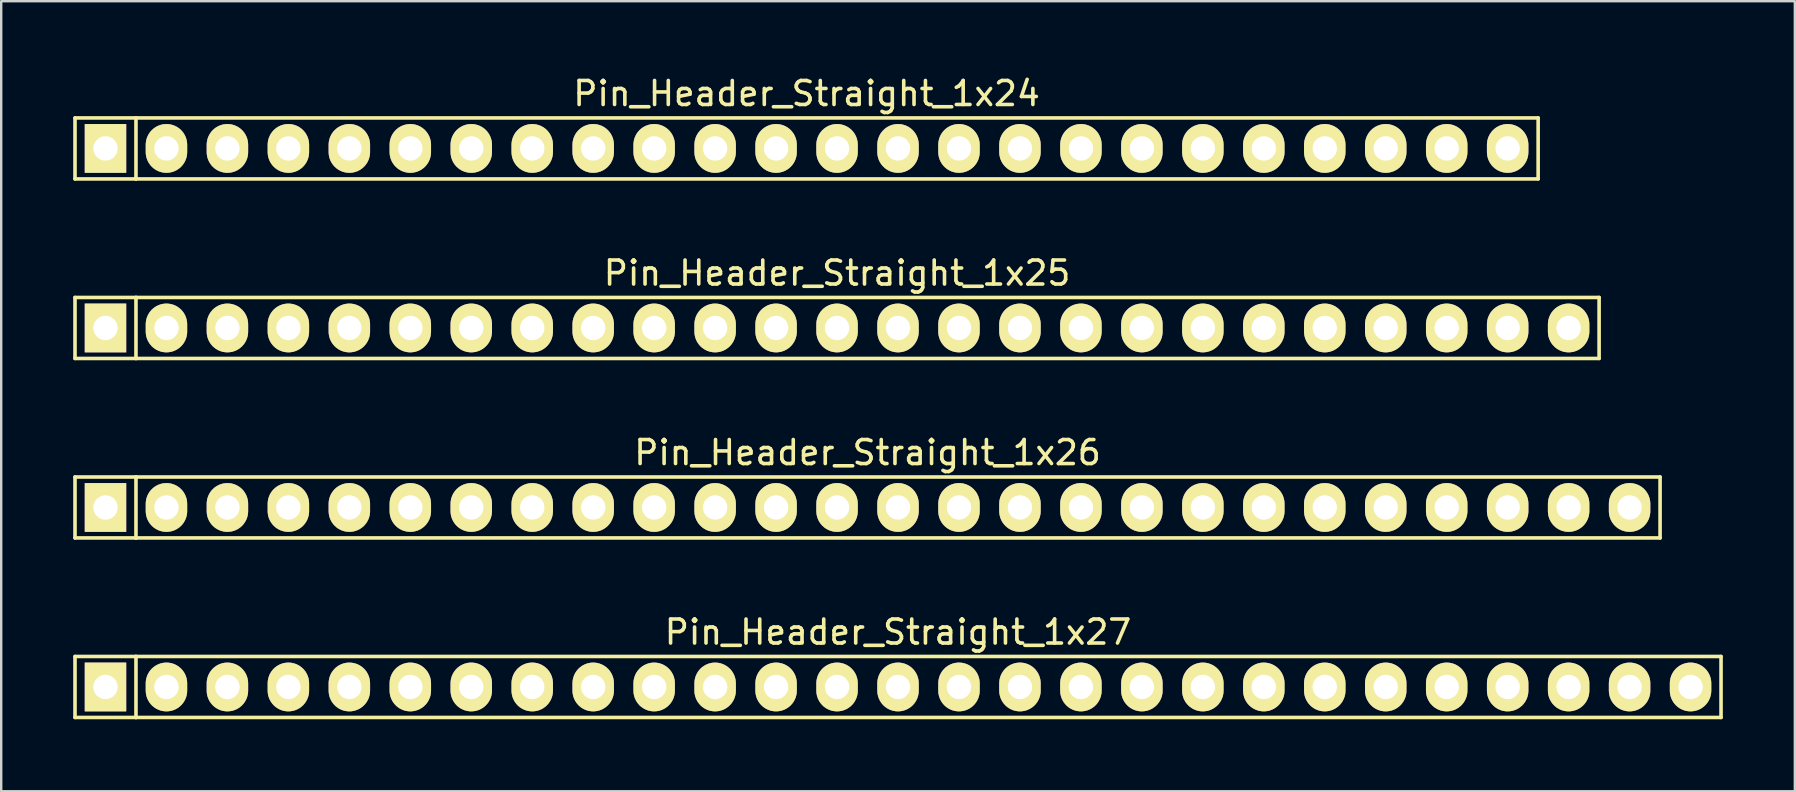
<source format=kicad_pcb>
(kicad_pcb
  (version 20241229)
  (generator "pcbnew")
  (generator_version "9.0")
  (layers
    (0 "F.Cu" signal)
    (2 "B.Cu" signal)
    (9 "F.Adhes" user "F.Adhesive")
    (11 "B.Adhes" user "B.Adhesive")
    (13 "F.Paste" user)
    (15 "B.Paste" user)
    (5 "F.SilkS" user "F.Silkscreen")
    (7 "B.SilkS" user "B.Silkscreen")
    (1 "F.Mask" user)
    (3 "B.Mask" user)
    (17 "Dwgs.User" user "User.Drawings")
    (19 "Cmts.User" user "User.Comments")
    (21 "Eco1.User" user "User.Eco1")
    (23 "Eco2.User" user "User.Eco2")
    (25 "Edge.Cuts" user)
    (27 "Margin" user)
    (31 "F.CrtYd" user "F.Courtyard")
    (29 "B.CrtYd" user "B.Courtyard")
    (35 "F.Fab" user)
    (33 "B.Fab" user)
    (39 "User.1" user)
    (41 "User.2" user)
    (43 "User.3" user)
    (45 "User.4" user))
  (footprint "Pin_Header_Straight_1x26"
    (layer "F.Cu")
    (at 33.095 18.093)
    (property "Reference" "Pin_Header_Straight_1x26" (at 0 -2.286 0) (layer "F.SilkS") (effects (font (size 1 1) (thickness 0.15))))
    (attr through_hole)
    (fp_line (start -33.02 -1.27) (end -33.02 1.27) (stroke (width 0.15) (type solid)) (layer "F.SilkS"))
    (fp_line (start -33.02 -1.27) (end -30.48 -1.27) (stroke (width 0.15) (type solid)) (layer "F.SilkS"))
    (fp_line (start -33.02 1.27) (end -30.48 1.27) (stroke (width 0.15) (type solid)) (layer "F.SilkS"))
    (fp_line (start -30.48 -1.27) (end -30.48 1.27) (stroke (width 0.15) (type solid)) (layer "F.SilkS"))
    (fp_line (start -30.48 1.27) (end 33.02 1.27) (stroke (width 0.15) (type solid)) (layer "F.SilkS"))
    (fp_line (start 33.02 -1.27) (end -30.48 -1.27) (stroke (width 0.15) (type solid)) (layer "F.SilkS"))
    (fp_line (start 33.02 1.27) (end 33.02 -1.27) (stroke (width 0.15) (type solid)) (layer "F.SilkS"))
    (pad "1" thru_hole rect (at -31.75 0) (size 1.727 2.032) (drill 1.016) (layers "*.Cu" "*.Mask" "F.SilkS"))
    (pad "2" thru_hole oval (at -29.21 0) (size 1.727 2.032) (drill 1.016) (layers "*.Cu" "*.Mask" "F.SilkS"))
    (pad "3" thru_hole oval (at -26.67 0) (size 1.727 2.032) (drill 1.016) (layers "*.Cu" "*.Mask" "F.SilkS"))
    (pad "4" thru_hole oval (at -24.13 0) (size 1.727 2.032) (drill 1.016) (layers "*.Cu" "*.Mask" "F.SilkS"))
    (pad "5" thru_hole oval (at -21.59 0) (size 1.727 2.032) (drill 1.016) (layers "*.Cu" "*.Mask" "F.SilkS"))
    (pad "6" thru_hole oval (at -19.05 0) (size 1.727 2.032) (drill 1.016) (layers "*.Cu" "*.Mask" "F.SilkS"))
    (pad "7" thru_hole oval (at -16.51 0) (size 1.727 2.032) (drill 1.016) (layers "*.Cu" "*.Mask" "F.SilkS"))
    (pad "8" thru_hole oval (at -13.97 0) (size 1.727 2.032) (drill 1.016) (layers "*.Cu" "*.Mask" "F.SilkS"))
    (pad "9" thru_hole oval (at -11.43 0) (size 1.727 2.032) (drill 1.016) (layers "*.Cu" "*.Mask" "F.SilkS"))
    (pad "10" thru_hole oval (at -8.89 0) (size 1.727 2.032) (drill 1.016) (layers "*.Cu" "*.Mask" "F.SilkS"))
    (pad "11" thru_hole oval (at -6.35 0) (size 1.727 2.032) (drill 1.016) (layers "*.Cu" "*.Mask" "F.SilkS"))
    (pad "12" thru_hole oval (at -3.81 0) (size 1.727 2.032) (drill 1.016) (layers "*.Cu" "*.Mask" "F.SilkS"))
    (pad "13" thru_hole oval (at -1.27 0) (size 1.727 2.032) (drill 1.016) (layers "*.Cu" "*.Mask" "F.SilkS"))
    (pad "14" thru_hole oval (at 1.27 0) (size 1.727 2.032) (drill 1.016) (layers "*.Cu" "*.Mask" "F.SilkS"))
    (pad "15" thru_hole oval (at 3.81 0) (size 1.727 2.032) (drill 1.016) (layers "*.Cu" "*.Mask" "F.SilkS"))
    (pad "16" thru_hole oval (at 6.35 0) (size 1.727 2.032) (drill 1.016) (layers "*.Cu" "*.Mask" "F.SilkS"))
    (pad "17" thru_hole oval (at 8.89 0) (size 1.727 2.032) (drill 1.016) (layers "*.Cu" "*.Mask" "F.SilkS"))
    (pad "18" thru_hole oval (at 11.43 0) (size 1.727 2.032) (drill 1.016) (layers "*.Cu" "*.Mask" "F.SilkS"))
    (pad "19" thru_hole oval (at 13.97 0) (size 1.727 2.032) (drill 1.016) (layers "*.Cu" "*.Mask" "F.SilkS"))
    (pad "20" thru_hole oval (at 16.51 0) (size 1.727 2.032) (drill 1.016) (layers "*.Cu" "*.Mask" "F.SilkS"))
    (pad "21" thru_hole oval (at 19.05 0) (size 1.727 2.032) (drill 1.016) (layers "*.Cu" "*.Mask" "F.SilkS"))
    (pad "22" thru_hole oval (at 21.59 0) (size 1.727 2.032) (drill 1.016) (layers "*.Cu" "*.Mask" "F.SilkS"))
    (pad "23" thru_hole oval (at 24.13 0) (size 1.727 2.032) (drill 1.016) (layers "*.Cu" "*.Mask" "F.SilkS"))
    (pad "24" thru_hole oval (at 26.67 0) (size 1.727 2.032) (drill 1.016) (layers "*.Cu" "*.Mask" "F.SilkS"))
    (pad "25" thru_hole oval (at 29.21 0) (size 1.727 2.032) (drill 1.016) (layers "*.Cu" "*.Mask" "F.SilkS"))
    (pad "26" thru_hole oval (at 31.75 0) (size 1.727 2.032) (drill 1.016) (layers "*.Cu" "*.Mask" "F.SilkS")))
  (footprint "Pin_Header_Straight_1x25"
    (layer "F.Cu")
    (at 31.825 10.614)
    (property "Reference" "Pin_Header_Straight_1x25" (at 0 -2.286 0) (layer "F.SilkS") (effects (font (size 1 1) (thickness 0.15))))
    (attr through_hole)
    (fp_line (start -31.75 -1.27) (end -31.75 1.27) (stroke (width 0.15) (type solid)) (layer "F.SilkS"))
    (fp_line (start -31.75 -1.27) (end -29.21 -1.27) (stroke (width 0.15) (type solid)) (layer "F.SilkS"))
    (fp_line (start -31.75 1.27) (end -29.21 1.27) (stroke (width 0.15) (type solid)) (layer "F.SilkS"))
    (fp_line (start -29.21 -1.27) (end -29.21 1.27) (stroke (width 0.15) (type solid)) (layer "F.SilkS"))
    (fp_line (start -29.21 1.27) (end 31.75 1.27) (stroke (width 0.15) (type solid)) (layer "F.SilkS"))
    (fp_line (start 31.75 -1.27) (end -29.21 -1.27) (stroke (width 0.15) (type solid)) (layer "F.SilkS"))
    (fp_line (start 31.75 1.27) (end 31.75 -1.27) (stroke (width 0.15) (type solid)) (layer "F.SilkS"))
    (pad "1" thru_hole rect (at -30.48 0) (size 1.727 2.032) (drill 1.016) (layers "*.Cu" "*.Mask" "F.SilkS"))
    (pad "2" thru_hole oval (at -27.94 0) (size 1.727 2.032) (drill 1.016) (layers "*.Cu" "*.Mask" "F.SilkS"))
    (pad "3" thru_hole oval (at -25.4 0) (size 1.727 2.032) (drill 1.016) (layers "*.Cu" "*.Mask" "F.SilkS"))
    (pad "4" thru_hole oval (at -22.86 0) (size 1.727 2.032) (drill 1.016) (layers "*.Cu" "*.Mask" "F.SilkS"))
    (pad "5" thru_hole oval (at -20.32 0) (size 1.727 2.032) (drill 1.016) (layers "*.Cu" "*.Mask" "F.SilkS"))
    (pad "6" thru_hole oval (at -17.78 0) (size 1.727 2.032) (drill 1.016) (layers "*.Cu" "*.Mask" "F.SilkS"))
    (pad "7" thru_hole oval (at -15.24 0) (size 1.727 2.032) (drill 1.016) (layers "*.Cu" "*.Mask" "F.SilkS"))
    (pad "8" thru_hole oval (at -12.7 0) (size 1.727 2.032) (drill 1.016) (layers "*.Cu" "*.Mask" "F.SilkS"))
    (pad "9" thru_hole oval (at -10.16 0) (size 1.727 2.032) (drill 1.016) (layers "*.Cu" "*.Mask" "F.SilkS"))
    (pad "10" thru_hole oval (at -7.62 0) (size 1.727 2.032) (drill 1.016) (layers "*.Cu" "*.Mask" "F.SilkS"))
    (pad "11" thru_hole oval (at -5.08 0) (size 1.727 2.032) (drill 1.016) (layers "*.Cu" "*.Mask" "F.SilkS"))
    (pad "12" thru_hole oval (at -2.54 0) (size 1.727 2.032) (drill 1.016) (layers "*.Cu" "*.Mask" "F.SilkS"))
    (pad "13" thru_hole oval (at 0 0) (size 1.727 2.032) (drill 1.016) (layers "*.Cu" "*.Mask" "F.SilkS"))
    (pad "14" thru_hole oval (at 2.54 0) (size 1.727 2.032) (drill 1.016) (layers "*.Cu" "*.Mask" "F.SilkS"))
    (pad "15" thru_hole oval (at 5.08 0) (size 1.727 2.032) (drill 1.016) (layers "*.Cu" "*.Mask" "F.SilkS"))
    (pad "16" thru_hole oval (at 7.62 0) (size 1.727 2.032) (drill 1.016) (layers "*.Cu" "*.Mask" "F.SilkS"))
    (pad "17" thru_hole oval (at 10.16 0) (size 1.727 2.032) (drill 1.016) (layers "*.Cu" "*.Mask" "F.SilkS"))
    (pad "18" thru_hole oval (at 12.7 0) (size 1.727 2.032) (drill 1.016) (layers "*.Cu" "*.Mask" "F.SilkS"))
    (pad "19" thru_hole oval (at 15.24 0) (size 1.727 2.032) (drill 1.016) (layers "*.Cu" "*.Mask" "F.SilkS"))
    (pad "20" thru_hole oval (at 17.78 0) (size 1.727 2.032) (drill 1.016) (layers "*.Cu" "*.Mask" "F.SilkS"))
    (pad "21" thru_hole oval (at 20.32 0) (size 1.727 2.032) (drill 1.016) (layers "*.Cu" "*.Mask" "F.SilkS"))
    (pad "22" thru_hole oval (at 22.86 0) (size 1.727 2.032) (drill 1.016) (layers "*.Cu" "*.Mask" "F.SilkS"))
    (pad "23" thru_hole oval (at 25.4 0) (size 1.727 2.032) (drill 1.016) (layers "*.Cu" "*.Mask" "F.SilkS"))
    (pad "24" thru_hole oval (at 27.94 0) (size 1.727 2.032) (drill 1.016) (layers "*.Cu" "*.Mask" "F.SilkS"))
    (pad "25" thru_hole oval (at 30.48 0) (size 1.727 2.032) (drill 1.016) (layers "*.Cu" "*.Mask" "F.SilkS")))
  (footprint "Pin_Header_Straight_1x27"
    (layer "F.Cu")
    (at 34.365 25.572)
    (property "Reference" "Pin_Header_Straight_1x27" (at 0 -2.286 0) (layer "F.SilkS") (effects (font (size 1 1) (thickness 0.15))))
    (attr through_hole)
    (fp_line (start -34.29 -1.27) (end -34.29 1.27) (stroke (width 0.15) (type solid)) (layer "F.SilkS"))
    (fp_line (start -34.29 -1.27) (end -31.75 -1.27) (stroke (width 0.15) (type solid)) (layer "F.SilkS"))
    (fp_line (start -34.29 1.27) (end -31.75 1.27) (stroke (width 0.15) (type solid)) (layer "F.SilkS"))
    (fp_line (start -31.75 -1.27) (end -31.75 1.27) (stroke (width 0.15) (type solid)) (layer "F.SilkS"))
    (fp_line (start -31.75 1.27) (end 34.29 1.27) (stroke (width 0.15) (type solid)) (layer "F.SilkS"))
    (fp_line (start 34.29 -1.27) (end -31.75 -1.27) (stroke (width 0.15) (type solid)) (layer "F.SilkS"))
    (fp_line (start 34.29 1.27) (end 34.29 -1.27) (stroke (width 0.15) (type solid)) (layer "F.SilkS"))
    (pad "1" thru_hole rect (at -33.02 0) (size 1.727 2.032) (drill 1.016) (layers "*.Cu" "*.Mask" "F.SilkS"))
    (pad "2" thru_hole oval (at -30.48 0) (size 1.727 2.032) (drill 1.016) (layers "*.Cu" "*.Mask" "F.SilkS"))
    (pad "3" thru_hole oval (at -27.94 0) (size 1.727 2.032) (drill 1.016) (layers "*.Cu" "*.Mask" "F.SilkS"))
    (pad "4" thru_hole oval (at -25.4 0) (size 1.727 2.032) (drill 1.016) (layers "*.Cu" "*.Mask" "F.SilkS"))
    (pad "5" thru_hole oval (at -22.86 0) (size 1.727 2.032) (drill 1.016) (layers "*.Cu" "*.Mask" "F.SilkS"))
    (pad "6" thru_hole oval (at -20.32 0) (size 1.727 2.032) (drill 1.016) (layers "*.Cu" "*.Mask" "F.SilkS"))
    (pad "7" thru_hole oval (at -17.78 0) (size 1.727 2.032) (drill 1.016) (layers "*.Cu" "*.Mask" "F.SilkS"))
    (pad "8" thru_hole oval (at -15.24 0) (size 1.727 2.032) (drill 1.016) (layers "*.Cu" "*.Mask" "F.SilkS"))
    (pad "9" thru_hole oval (at -12.7 0) (size 1.727 2.032) (drill 1.016) (layers "*.Cu" "*.Mask" "F.SilkS"))
    (pad "10" thru_hole oval (at -10.16 0) (size 1.727 2.032) (drill 1.016) (layers "*.Cu" "*.Mask" "F.SilkS"))
    (pad "11" thru_hole oval (at -7.62 0) (size 1.727 2.032) (drill 1.016) (layers "*.Cu" "*.Mask" "F.SilkS"))
    (pad "12" thru_hole oval (at -5.08 0) (size 1.727 2.032) (drill 1.016) (layers "*.Cu" "*.Mask" "F.SilkS"))
    (pad "13" thru_hole oval (at -2.54 0) (size 1.727 2.032) (drill 1.016) (layers "*.Cu" "*.Mask" "F.SilkS"))
    (pad "14" thru_hole oval (at 0 0) (size 1.727 2.032) (drill 1.016) (layers "*.Cu" "*.Mask" "F.SilkS"))
    (pad "15" thru_hole oval (at 2.54 0) (size 1.727 2.032) (drill 1.016) (layers "*.Cu" "*.Mask" "F.SilkS"))
    (pad "16" thru_hole oval (at 5.08 0) (size 1.727 2.032) (drill 1.016) (layers "*.Cu" "*.Mask" "F.SilkS"))
    (pad "17" thru_hole oval (at 7.62 0) (size 1.727 2.032) (drill 1.016) (layers "*.Cu" "*.Mask" "F.SilkS"))
    (pad "18" thru_hole oval (at 10.16 0) (size 1.727 2.032) (drill 1.016) (layers "*.Cu" "*.Mask" "F.SilkS"))
    (pad "19" thru_hole oval (at 12.7 0) (size 1.727 2.032) (drill 1.016) (layers "*.Cu" "*.Mask" "F.SilkS"))
    (pad "20" thru_hole oval (at 15.24 0) (size 1.727 2.032) (drill 1.016) (layers "*.Cu" "*.Mask" "F.SilkS"))
    (pad "21" thru_hole oval (at 17.78 0) (size 1.727 2.032) (drill 1.016) (layers "*.Cu" "*.Mask" "F.SilkS"))
    (pad "22" thru_hole oval (at 20.32 0) (size 1.727 2.032) (drill 1.016) (layers "*.Cu" "*.Mask" "F.SilkS"))
    (pad "23" thru_hole oval (at 22.86 0) (size 1.727 2.032) (drill 1.016) (layers "*.Cu" "*.Mask" "F.SilkS"))
    (pad "24" thru_hole oval (at 25.4 0) (size 1.727 2.032) (drill 1.016) (layers "*.Cu" "*.Mask" "F.SilkS"))
    (pad "25" thru_hole oval (at 27.94 0) (size 1.727 2.032) (drill 1.016) (layers "*.Cu" "*.Mask" "F.SilkS"))
    (pad "26" thru_hole oval (at 30.48 0) (size 1.727 2.032) (drill 1.016) (layers "*.Cu" "*.Mask" "F.SilkS"))
    (pad "27" thru_hole oval (at 33.02 0) (size 1.727 2.032) (drill 1.016) (layers "*.Cu" "*.Mask" "F.SilkS")))
  (footprint "Pin_Header_Straight_1x24"
    (layer "F.Cu")
    (at 30.555 3.134)
    (property "Reference" "Pin_Header_Straight_1x24" (at 0 -2.286 0) (layer "F.SilkS") (effects (font (size 1 1) (thickness 0.15))))
    (attr through_hole)
    (fp_line (start -30.48 -1.27) (end -30.48 1.27) (stroke (width 0.15) (type solid)) (layer "F.SilkS"))
    (fp_line (start -30.48 -1.27) (end -27.94 -1.27) (stroke (width 0.15) (type solid)) (layer "F.SilkS"))
    (fp_line (start -30.48 1.27) (end -27.94 1.27) (stroke (width 0.15) (type solid)) (layer "F.SilkS"))
    (fp_line (start -27.94 -1.27) (end -27.94 1.27) (stroke (width 0.15) (type solid)) (layer "F.SilkS"))
    (fp_line (start -27.94 -1.27) (end 30.48 -1.27) (stroke (width 0.15) (type solid)) (layer "F.SilkS"))
    (fp_line (start -27.94 1.27) (end 30.48 1.27) (stroke (width 0.15) (type solid)) (layer "F.SilkS"))
    (fp_line (start 30.48 1.27) (end 30.48 -1.27) (stroke (width 0.15) (type solid)) (layer "F.SilkS"))
    (pad "1" thru_hole rect (at -29.21 0) (size 1.727 2.032) (drill 1.016) (layers "*.Cu" "*.Mask" "F.SilkS"))
    (pad "2" thru_hole oval (at -26.67 0) (size 1.727 2.032) (drill 1.016) (layers "*.Cu" "*.Mask" "F.SilkS"))
    (pad "3" thru_hole oval (at -24.13 0) (size 1.727 2.032) (drill 1.016) (layers "*.Cu" "*.Mask" "F.SilkS"))
    (pad "4" thru_hole oval (at -21.59 0) (size 1.727 2.032) (drill 1.016) (layers "*.Cu" "*.Mask" "F.SilkS"))
    (pad "5" thru_hole oval (at -19.05 0) (size 1.727 2.032) (drill 1.016) (layers "*.Cu" "*.Mask" "F.SilkS"))
    (pad "6" thru_hole oval (at -16.51 0) (size 1.727 2.032) (drill 1.016) (layers "*.Cu" "*.Mask" "F.SilkS"))
    (pad "7" thru_hole oval (at -13.97 0) (size 1.727 2.032) (drill 1.016) (layers "*.Cu" "*.Mask" "F.SilkS"))
    (pad "8" thru_hole oval (at -11.43 0) (size 1.727 2.032) (drill 1.016) (layers "*.Cu" "*.Mask" "F.SilkS"))
    (pad "9" thru_hole oval (at -8.89 0) (size 1.727 2.032) (drill 1.016) (layers "*.Cu" "*.Mask" "F.SilkS"))
    (pad "10" thru_hole oval (at -6.35 0) (size 1.727 2.032) (drill 1.016) (layers "*.Cu" "*.Mask" "F.SilkS"))
    (pad "11" thru_hole oval (at -3.81 0) (size 1.727 2.032) (drill 1.016) (layers "*.Cu" "*.Mask" "F.SilkS"))
    (pad "12" thru_hole oval (at -1.27 0) (size 1.727 2.032) (drill 1.016) (layers "*.Cu" "*.Mask" "F.SilkS"))
    (pad "13" thru_hole oval (at 1.27 0) (size 1.727 2.032) (drill 1.016) (layers "*.Cu" "*.Mask" "F.SilkS"))
    (pad "14" thru_hole oval (at 3.81 0) (size 1.727 2.032) (drill 1.016) (layers "*.Cu" "*.Mask" "F.SilkS"))
    (pad "15" thru_hole oval (at 6.35 0) (size 1.727 2.032) (drill 1.016) (layers "*.Cu" "*.Mask" "F.SilkS"))
    (pad "16" thru_hole oval (at 8.89 0) (size 1.727 2.032) (drill 1.016) (layers "*.Cu" "*.Mask" "F.SilkS"))
    (pad "17" thru_hole oval (at 11.43 0) (size 1.727 2.032) (drill 1.016) (layers "*.Cu" "*.Mask" "F.SilkS"))
    (pad "18" thru_hole oval (at 13.97 0) (size 1.727 2.032) (drill 1.016) (layers "*.Cu" "*.Mask" "F.SilkS"))
    (pad "19" thru_hole oval (at 16.51 0) (size 1.727 2.032) (drill 1.016) (layers "*.Cu" "*.Mask" "F.SilkS"))
    (pad "20" thru_hole oval (at 19.05 0) (size 1.727 2.032) (drill 1.016) (layers "*.Cu" "*.Mask" "F.SilkS"))
    (pad "21" thru_hole oval (at 21.59 0) (size 1.727 2.032) (drill 1.016) (layers "*.Cu" "*.Mask" "F.SilkS"))
    (pad "22" thru_hole oval (at 24.13 0) (size 1.727 2.032) (drill 1.016) (layers "*.Cu" "*.Mask" "F.SilkS"))
    (pad "23" thru_hole oval (at 26.67 0) (size 1.727 2.032) (drill 1.016) (layers "*.Cu" "*.Mask" "F.SilkS"))
    (pad "24" thru_hole oval (at 29.21 0) (size 1.727 2.032) (drill 1.016) (layers "*.Cu" "*.Mask" "F.SilkS")))
  (gr_rect
    (start -3 -3)
    (end 71.73 29.917)
    (stroke (width 0.1) (type default))
    (fill no)
    (layer "Edge.Cuts")))
</source>
